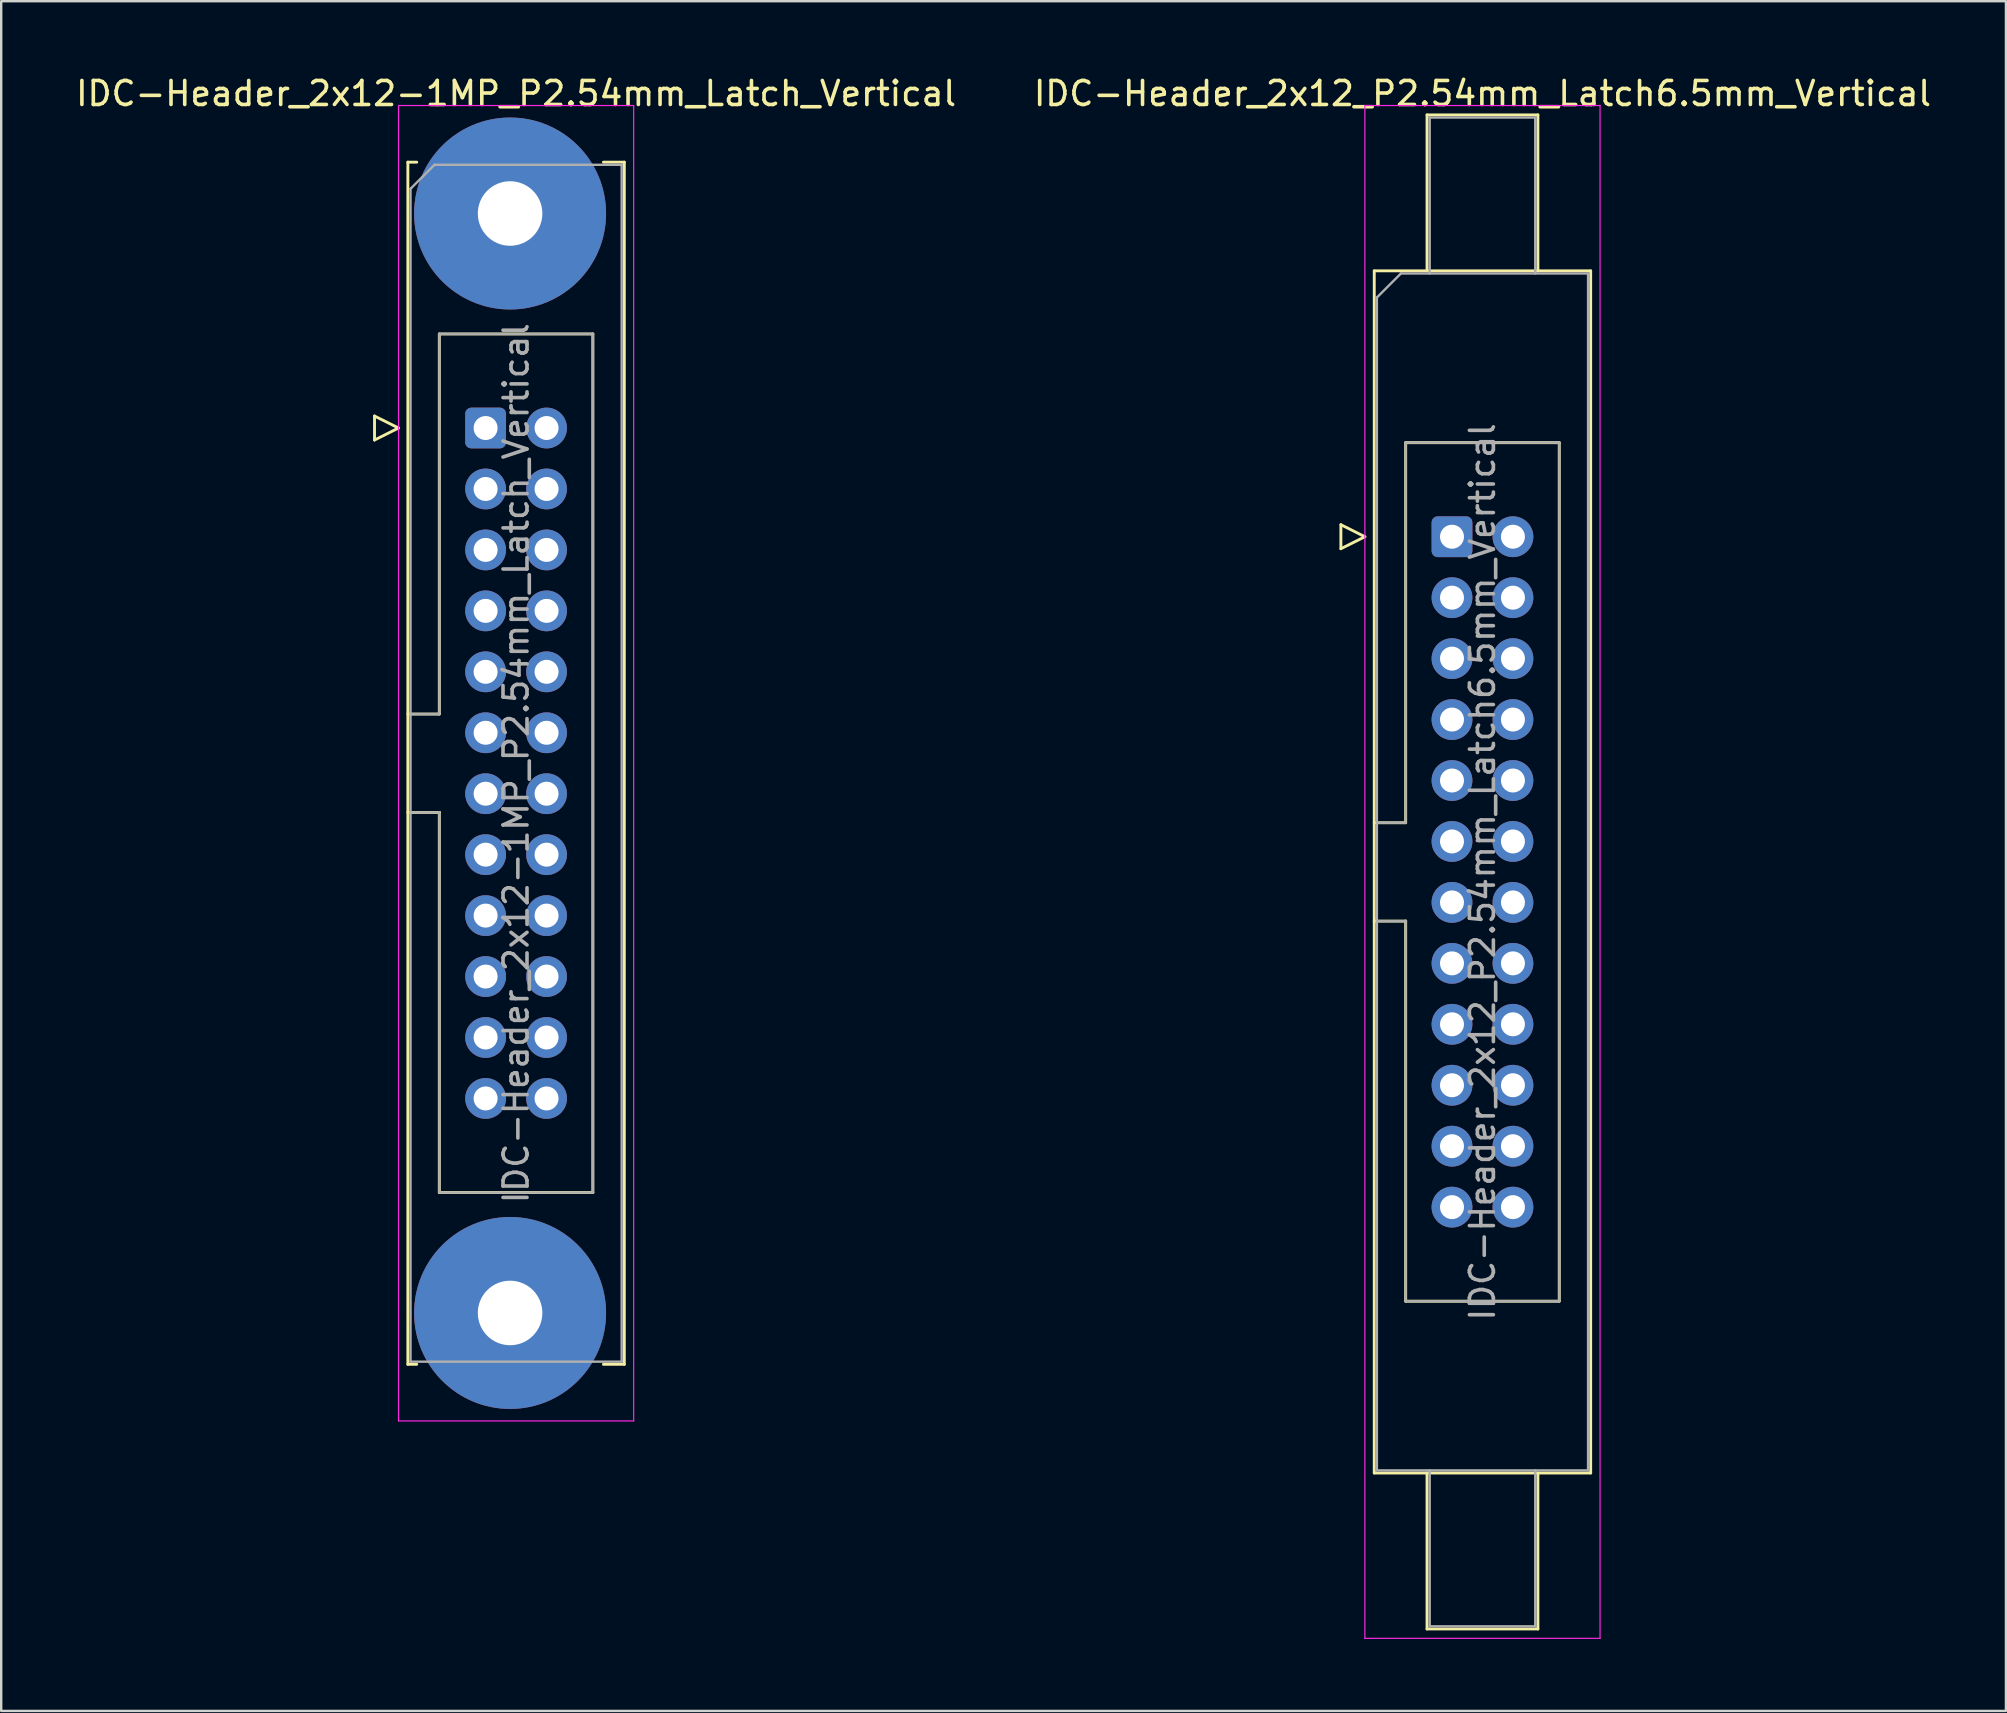
<source format=kicad_pcb>
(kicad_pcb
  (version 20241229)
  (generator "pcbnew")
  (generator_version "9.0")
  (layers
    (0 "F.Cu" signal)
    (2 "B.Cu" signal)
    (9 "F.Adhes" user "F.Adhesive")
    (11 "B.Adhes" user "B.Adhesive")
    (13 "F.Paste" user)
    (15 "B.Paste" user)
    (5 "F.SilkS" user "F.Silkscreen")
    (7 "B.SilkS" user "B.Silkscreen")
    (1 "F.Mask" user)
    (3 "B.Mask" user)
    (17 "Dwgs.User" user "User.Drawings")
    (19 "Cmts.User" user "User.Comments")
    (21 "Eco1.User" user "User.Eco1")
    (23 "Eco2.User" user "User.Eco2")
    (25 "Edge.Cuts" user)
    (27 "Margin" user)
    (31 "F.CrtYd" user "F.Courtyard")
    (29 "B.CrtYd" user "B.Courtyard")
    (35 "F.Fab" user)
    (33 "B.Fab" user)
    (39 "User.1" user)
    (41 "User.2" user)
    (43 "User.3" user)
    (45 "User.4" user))
  (footprint "IDC-Header_2x12-1MP_P2.54mm_Latch_Vertical"
    (layer "F.Cu")
    (at 17.188 14.788)
    (property "Reference" "IDC-Header_2x12-1MP_P2.54mm_Latch_Vertical" (at 1.27 -13.94 0) (layer "F.SilkS") (effects (font (size 1 1) (thickness 0.15))))
    (attr through_hole)
    (fp_line (start -4.63 -0.5) (end -4.63 0.5) (stroke (width 0.12) (type solid)) (layer "F.SilkS"))
    (fp_line (start -4.63 0.5) (end -3.63 0) (stroke (width 0.12) (type solid)) (layer "F.SilkS"))
    (fp_line (start -3.63 0) (end -4.63 -0.5) (stroke (width 0.12) (type solid)) (layer "F.SilkS"))
    (fp_line (start -3.24 -11.08) (end -3.24 39.02) (stroke (width 0.12) (type solid)) (layer "F.SilkS"))
    (fp_line (start -3.24 11.92) (end -1.93 11.92) (stroke (width 0.12) (type solid)) (layer "F.SilkS"))
    (fp_line (start -3.24 39.02) (end -2.87 39.02) (stroke (width 0.12) (type solid)) (layer "F.SilkS"))
    (fp_line (start -2.87 -11.08) (end -3.24 -11.08) (stroke (width 0.12) (type solid)) (layer "F.SilkS"))
    (fp_line (start -1.93 -3.92) (end 4.47 -3.92) (stroke (width 0.12) (type solid)) (layer "F.SilkS"))
    (fp_line (start -1.93 11.92) (end -1.93 -3.92) (stroke (width 0.12) (type solid)) (layer "F.SilkS"))
    (fp_line (start -1.93 16.02) (end -3.24 16.02) (stroke (width 0.12) (type solid)) (layer "F.SilkS"))
    (fp_line (start -1.93 16.02) (end -1.93 16.02) (stroke (width 0.12) (type solid)) (layer "F.SilkS"))
    (fp_line (start -1.93 31.86) (end -1.93 16.02) (stroke (width 0.12) (type solid)) (layer "F.SilkS"))
    (fp_line (start 4.47 -3.92) (end 4.47 31.86) (stroke (width 0.12) (type solid)) (layer "F.SilkS"))
    (fp_line (start 4.47 31.86) (end -1.93 31.86) (stroke (width 0.12) (type solid)) (layer "F.SilkS"))
    (fp_line (start 4.91 -11.08) (end 5.78 -11.08) (stroke (width 0.12) (type solid)) (layer "F.SilkS"))
    (fp_line (start 5.78 -11.08) (end 5.78 39.02) (stroke (width 0.12) (type solid)) (layer "F.SilkS"))
    (fp_line (start 5.78 39.02) (end 4.91 39.02) (stroke (width 0.12) (type solid)) (layer "F.SilkS"))
    (fp_line (start -3.63 -13.44) (end -3.63 41.38) (stroke (width 0.05) (type solid)) (layer "F.CrtYd"))
    (fp_line (start -3.63 41.38) (end 6.17 41.38) (stroke (width 0.05) (type solid)) (layer "F.CrtYd"))
    (fp_line (start 6.17 -13.44) (end -3.63 -13.44) (stroke (width 0.05) (type solid)) (layer "F.CrtYd"))
    (fp_line (start 6.17 41.38) (end 6.17 -13.44) (stroke (width 0.05) (type solid)) (layer "F.CrtYd"))
    (fp_line (start -3.13 -9.97) (end -2.13 -10.97) (stroke (width 0.1) (type solid)) (layer "F.Fab"))
    (fp_line (start -3.13 11.92) (end -1.93 11.92) (stroke (width 0.1) (type solid)) (layer "F.Fab"))
    (fp_line (start -3.13 38.91) (end -3.13 -9.97) (stroke (width 0.1) (type solid)) (layer "F.Fab"))
    (fp_line (start -2.13 -10.97) (end 5.67 -10.97) (stroke (width 0.1) (type solid)) (layer "F.Fab"))
    (fp_line (start -1.93 -3.92) (end 4.47 -3.92) (stroke (width 0.1) (type solid)) (layer "F.Fab"))
    (fp_line (start -1.93 11.92) (end -1.93 -3.92) (stroke (width 0.1) (type solid)) (layer "F.Fab"))
    (fp_line (start -1.93 16.02) (end -3.13 16.02) (stroke (width 0.1) (type solid)) (layer "F.Fab"))
    (fp_line (start -1.93 16.02) (end -1.93 16.02) (stroke (width 0.1) (type solid)) (layer "F.Fab"))
    (fp_line (start -1.93 31.86) (end -1.93 16.02) (stroke (width 0.1) (type solid)) (layer "F.Fab"))
    (fp_line (start 4.47 -3.92) (end 4.47 31.86) (stroke (width 0.1) (type solid)) (layer "F.Fab"))
    (fp_line (start 4.47 31.86) (end -1.93 31.86) (stroke (width 0.1) (type solid)) (layer "F.Fab"))
    (fp_line (start 5.67 -10.97) (end 5.67 38.91) (stroke (width 0.1) (type solid)) (layer "F.Fab"))
    (fp_line (start 5.67 38.91) (end -3.13 38.91) (stroke (width 0.1) (type solid)) (layer "F.Fab"))
    (fp_text user "${REFERENCE}" (at 1.27 13.97 90) (layer "F.Fab") (effects (font (size 1 1) (thickness 0.15))))
    (pad "1" thru_hole roundrect (at 0 0) (size 1.7 1.7) (drill 1) (layers "*.Cu" "*.Mask") (roundrect_rratio 0.147))
    (pad "2" thru_hole circle (at 2.54 0) (size 1.7 1.7) (drill 1) (layers "*.Cu" "*.Mask"))
    (pad "3" thru_hole circle (at 0 2.54) (size 1.7 1.7) (drill 1) (layers "*.Cu" "*.Mask"))
    (pad "4" thru_hole circle (at 2.54 2.54) (size 1.7 1.7) (drill 1) (layers "*.Cu" "*.Mask"))
    (pad "5" thru_hole circle (at 0 5.08) (size 1.7 1.7) (drill 1) (layers "*.Cu" "*.Mask"))
    (pad "6" thru_hole circle (at 2.54 5.08) (size 1.7 1.7) (drill 1) (layers "*.Cu" "*.Mask"))
    (pad "7" thru_hole circle (at 0 7.62) (size 1.7 1.7) (drill 1) (layers "*.Cu" "*.Mask"))
    (pad "8" thru_hole circle (at 2.54 7.62) (size 1.7 1.7) (drill 1) (layers "*.Cu" "*.Mask"))
    (pad "9" thru_hole circle (at 0 10.16) (size 1.7 1.7) (drill 1) (layers "*.Cu" "*.Mask"))
    (pad "10" thru_hole circle (at 2.54 10.16) (size 1.7 1.7) (drill 1) (layers "*.Cu" "*.Mask"))
    (pad "11" thru_hole circle (at 0 12.7) (size 1.7 1.7) (drill 1) (layers "*.Cu" "*.Mask"))
    (pad "12" thru_hole circle (at 2.54 12.7) (size 1.7 1.7) (drill 1) (layers "*.Cu" "*.Mask"))
    (pad "13" thru_hole circle (at 0 15.24) (size 1.7 1.7) (drill 1) (layers "*.Cu" "*.Mask"))
    (pad "14" thru_hole circle (at 2.54 15.24) (size 1.7 1.7) (drill 1) (layers "*.Cu" "*.Mask"))
    (pad "15" thru_hole circle (at 0 17.78) (size 1.7 1.7) (drill 1) (layers "*.Cu" "*.Mask"))
    (pad "16" thru_hole circle (at 2.54 17.78) (size 1.7 1.7) (drill 1) (layers "*.Cu" "*.Mask"))
    (pad "17" thru_hole circle (at 0 20.32) (size 1.7 1.7) (drill 1) (layers "*.Cu" "*.Mask"))
    (pad "18" thru_hole circle (at 2.54 20.32) (size 1.7 1.7) (drill 1) (layers "*.Cu" "*.Mask"))
    (pad "19" thru_hole circle (at 0 22.86) (size 1.7 1.7) (drill 1) (layers "*.Cu" "*.Mask"))
    (pad "20" thru_hole circle (at 2.54 22.86) (size 1.7 1.7) (drill 1) (layers "*.Cu" "*.Mask"))
    (pad "21" thru_hole circle (at 0 25.4) (size 1.7 1.7) (drill 1) (layers "*.Cu" "*.Mask"))
    (pad "22" thru_hole circle (at 2.54 25.4) (size 1.7 1.7) (drill 1) (layers "*.Cu" "*.Mask"))
    (pad "23" thru_hole circle (at 0 27.94) (size 1.7 1.7) (drill 1) (layers "*.Cu" "*.Mask"))
    (pad "24" thru_hole circle (at 2.54 27.94) (size 1.7 1.7) (drill 1) (layers "*.Cu" "*.Mask"))
    (pad "MP" thru_hole circle (at 1.02 -8.94) (size 8 8) (drill 2.69) (layers "*.Cu" "*.Mask"))
    (pad "MP" thru_hole circle (at 1.02 36.88) (size 8 8) (drill 2.69) (layers "*.Cu" "*.Mask")))
  (footprint "IDC-Header_2x12_P2.54mm_Latch6.5mm_Vertical"
    (layer "F.Cu")
    (at 57.462 19.318)
    (property "Reference" "IDC-Header_2x12_P2.54mm_Latch6.5mm_Vertical" (at 1.27 -18.47 0) (layer "F.SilkS") (effects (font (size 1 1) (thickness 0.15))))
    (attr through_hole)
    (fp_line (start -4.63 -0.5) (end -4.63 0.5) (stroke (width 0.12) (type solid)) (layer "F.SilkS"))
    (fp_line (start -4.63 0.5) (end -3.63 0) (stroke (width 0.12) (type solid)) (layer "F.SilkS"))
    (fp_line (start -3.63 0) (end -4.63 -0.5) (stroke (width 0.12) (type solid)) (layer "F.SilkS"))
    (fp_line (start -3.24 -11.08) (end 5.78 -11.08) (stroke (width 0.12) (type solid)) (layer "F.SilkS"))
    (fp_line (start -3.24 11.92) (end -1.93 11.92) (stroke (width 0.12) (type solid)) (layer "F.SilkS"))
    (fp_line (start -3.24 39.02) (end -3.24 -11.08) (stroke (width 0.12) (type solid)) (layer "F.SilkS"))
    (fp_line (start -1.93 -3.92) (end 4.47 -3.92) (stroke (width 0.12) (type solid)) (layer "F.SilkS"))
    (fp_line (start -1.93 11.92) (end -1.93 -3.92) (stroke (width 0.12) (type solid)) (layer "F.SilkS"))
    (fp_line (start -1.93 16.02) (end -3.24 16.02) (stroke (width 0.12) (type solid)) (layer "F.SilkS"))
    (fp_line (start -1.93 16.02) (end -1.93 16.02) (stroke (width 0.12) (type solid)) (layer "F.SilkS"))
    (fp_line (start -1.93 31.86) (end -1.93 16.02) (stroke (width 0.12) (type solid)) (layer "F.SilkS"))
    (fp_line (start -1.04 -17.58) (end 3.58 -17.58) (stroke (width 0.12) (type solid)) (layer "F.SilkS"))
    (fp_line (start -1.04 -11.08) (end -1.04 -17.58) (stroke (width 0.12) (type solid)) (layer "F.SilkS"))
    (fp_line (start -1.04 39.02) (end -1.04 45.52) (stroke (width 0.12) (type solid)) (layer "F.SilkS"))
    (fp_line (start -1.04 45.52) (end 3.58 45.52) (stroke (width 0.12) (type solid)) (layer "F.SilkS"))
    (fp_line (start 3.58 -17.58) (end 3.58 -11.08) (stroke (width 0.12) (type solid)) (layer "F.SilkS"))
    (fp_line (start 3.58 45.52) (end 3.58 39.02) (stroke (width 0.12) (type solid)) (layer "F.SilkS"))
    (fp_line (start 4.47 -3.92) (end 4.47 31.86) (stroke (width 0.12) (type solid)) (layer "F.SilkS"))
    (fp_line (start 4.47 31.86) (end -1.93 31.86) (stroke (width 0.12) (type solid)) (layer "F.SilkS"))
    (fp_line (start 5.78 -11.08) (end 5.78 39.02) (stroke (width 0.12) (type solid)) (layer "F.SilkS"))
    (fp_line (start 5.78 39.02) (end -3.24 39.02) (stroke (width 0.12) (type solid)) (layer "F.SilkS"))
    (fp_line (start -3.63 -17.97) (end -3.63 45.91) (stroke (width 0.05) (type solid)) (layer "F.CrtYd"))
    (fp_line (start -3.63 45.91) (end 6.17 45.91) (stroke (width 0.05) (type solid)) (layer "F.CrtYd"))
    (fp_line (start 6.17 -17.97) (end -3.63 -17.97) (stroke (width 0.05) (type solid)) (layer "F.CrtYd"))
    (fp_line (start 6.17 45.91) (end 6.17 -17.97) (stroke (width 0.05) (type solid)) (layer "F.CrtYd"))
    (fp_line (start -3.13 -9.97) (end -2.13 -10.97) (stroke (width 0.1) (type solid)) (layer "F.Fab"))
    (fp_line (start -3.13 11.92) (end -1.93 11.92) (stroke (width 0.1) (type solid)) (layer "F.Fab"))
    (fp_line (start -3.13 38.91) (end -3.13 -9.97) (stroke (width 0.1) (type solid)) (layer "F.Fab"))
    (fp_line (start -2.13 -10.97) (end 5.67 -10.97) (stroke (width 0.1) (type solid)) (layer "F.Fab"))
    (fp_line (start -1.93 -3.92) (end 4.47 -3.92) (stroke (width 0.1) (type solid)) (layer "F.Fab"))
    (fp_line (start -1.93 11.92) (end -1.93 -3.92) (stroke (width 0.1) (type solid)) (layer "F.Fab"))
    (fp_line (start -1.93 16.02) (end -3.13 16.02) (stroke (width 0.1) (type solid)) (layer "F.Fab"))
    (fp_line (start -1.93 16.02) (end -1.93 16.02) (stroke (width 0.1) (type solid)) (layer "F.Fab"))
    (fp_line (start -1.93 31.86) (end -1.93 16.02) (stroke (width 0.1) (type solid)) (layer "F.Fab"))
    (fp_line (start -0.93 -17.47) (end 3.47 -17.47) (stroke (width 0.1) (type solid)) (layer "F.Fab"))
    (fp_line (start -0.93 -10.97) (end -0.93 -17.47) (stroke (width 0.1) (type solid)) (layer "F.Fab"))
    (fp_line (start -0.93 38.91) (end -0.93 45.41) (stroke (width 0.1) (type solid)) (layer "F.Fab"))
    (fp_line (start -0.93 45.41) (end 3.47 45.41) (stroke (width 0.1) (type solid)) (layer "F.Fab"))
    (fp_line (start 3.47 -17.47) (end 3.47 -10.97) (stroke (width 0.1) (type solid)) (layer "F.Fab"))
    (fp_line (start 3.47 45.41) (end 3.47 38.91) (stroke (width 0.1) (type solid)) (layer "F.Fab"))
    (fp_line (start 4.47 -3.92) (end 4.47 31.86) (stroke (width 0.1) (type solid)) (layer "F.Fab"))
    (fp_line (start 4.47 31.86) (end -1.93 31.86) (stroke (width 0.1) (type solid)) (layer "F.Fab"))
    (fp_line (start 5.67 -10.97) (end 5.67 38.91) (stroke (width 0.1) (type solid)) (layer "F.Fab"))
    (fp_line (start 5.67 38.91) (end -3.13 38.91) (stroke (width 0.1) (type solid)) (layer "F.Fab"))
    (fp_text user "${REFERENCE}" (at 1.27 13.97 90) (layer "F.Fab") (effects (font (size 1 1) (thickness 0.15))))
    (pad "1" thru_hole roundrect (at 0 0) (size 1.7 1.7) (drill 1) (layers "*.Cu" "*.Mask") (roundrect_rratio 0.147))
    (pad "2" thru_hole circle (at 2.54 0) (size 1.7 1.7) (drill 1) (layers "*.Cu" "*.Mask"))
    (pad "3" thru_hole circle (at 0 2.54) (size 1.7 1.7) (drill 1) (layers "*.Cu" "*.Mask"))
    (pad "4" thru_hole circle (at 2.54 2.54) (size 1.7 1.7) (drill 1) (layers "*.Cu" "*.Mask"))
    (pad "5" thru_hole circle (at 0 5.08) (size 1.7 1.7) (drill 1) (layers "*.Cu" "*.Mask"))
    (pad "6" thru_hole circle (at 2.54 5.08) (size 1.7 1.7) (drill 1) (layers "*.Cu" "*.Mask"))
    (pad "7" thru_hole circle (at 0 7.62) (size 1.7 1.7) (drill 1) (layers "*.Cu" "*.Mask"))
    (pad "8" thru_hole circle (at 2.54 7.62) (size 1.7 1.7) (drill 1) (layers "*.Cu" "*.Mask"))
    (pad "9" thru_hole circle (at 0 10.16) (size 1.7 1.7) (drill 1) (layers "*.Cu" "*.Mask"))
    (pad "10" thru_hole circle (at 2.54 10.16) (size 1.7 1.7) (drill 1) (layers "*.Cu" "*.Mask"))
    (pad "11" thru_hole circle (at 0 12.7) (size 1.7 1.7) (drill 1) (layers "*.Cu" "*.Mask"))
    (pad "12" thru_hole circle (at 2.54 12.7) (size 1.7 1.7) (drill 1) (layers "*.Cu" "*.Mask"))
    (pad "13" thru_hole circle (at 0 15.24) (size 1.7 1.7) (drill 1) (layers "*.Cu" "*.Mask"))
    (pad "14" thru_hole circle (at 2.54 15.24) (size 1.7 1.7) (drill 1) (layers "*.Cu" "*.Mask"))
    (pad "15" thru_hole circle (at 0 17.78) (size 1.7 1.7) (drill 1) (layers "*.Cu" "*.Mask"))
    (pad "16" thru_hole circle (at 2.54 17.78) (size 1.7 1.7) (drill 1) (layers "*.Cu" "*.Mask"))
    (pad "17" thru_hole circle (at 0 20.32) (size 1.7 1.7) (drill 1) (layers "*.Cu" "*.Mask"))
    (pad "18" thru_hole circle (at 2.54 20.32) (size 1.7 1.7) (drill 1) (layers "*.Cu" "*.Mask"))
    (pad "19" thru_hole circle (at 0 22.86) (size 1.7 1.7) (drill 1) (layers "*.Cu" "*.Mask"))
    (pad "20" thru_hole circle (at 2.54 22.86) (size 1.7 1.7) (drill 1) (layers "*.Cu" "*.Mask"))
    (pad "21" thru_hole circle (at 0 25.4) (size 1.7 1.7) (drill 1) (layers "*.Cu" "*.Mask"))
    (pad "22" thru_hole circle (at 2.54 25.4) (size 1.7 1.7) (drill 1) (layers "*.Cu" "*.Mask"))
    (pad "23" thru_hole circle (at 0 27.94) (size 1.7 1.7) (drill 1) (layers "*.Cu" "*.Mask"))
    (pad "24" thru_hole circle (at 2.54 27.94) (size 1.7 1.7) (drill 1) (layers "*.Cu" "*.Mask")))
  (gr_rect
    (start -3 -3)
    (end 80.548 68.253)
    (stroke (width 0.1) (type default))
    (fill no)
    (layer "Edge.Cuts")))
</source>
